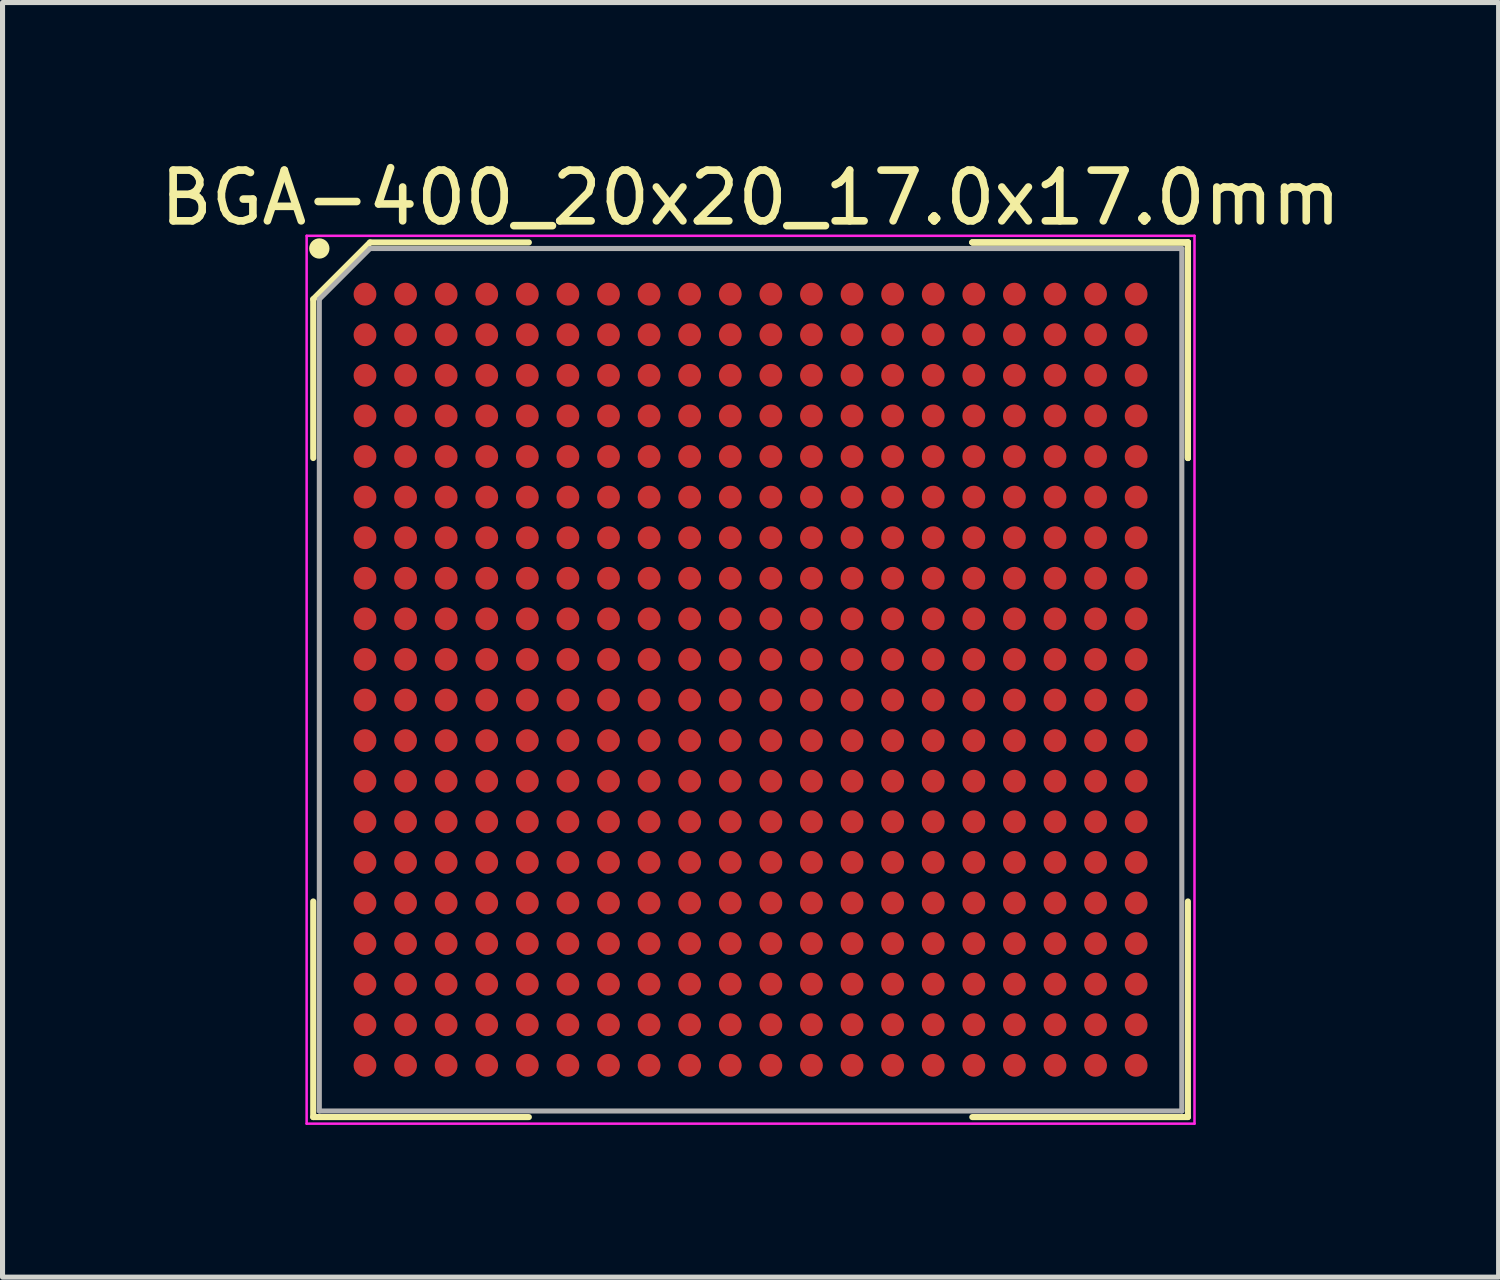
<source format=kicad_pcb>
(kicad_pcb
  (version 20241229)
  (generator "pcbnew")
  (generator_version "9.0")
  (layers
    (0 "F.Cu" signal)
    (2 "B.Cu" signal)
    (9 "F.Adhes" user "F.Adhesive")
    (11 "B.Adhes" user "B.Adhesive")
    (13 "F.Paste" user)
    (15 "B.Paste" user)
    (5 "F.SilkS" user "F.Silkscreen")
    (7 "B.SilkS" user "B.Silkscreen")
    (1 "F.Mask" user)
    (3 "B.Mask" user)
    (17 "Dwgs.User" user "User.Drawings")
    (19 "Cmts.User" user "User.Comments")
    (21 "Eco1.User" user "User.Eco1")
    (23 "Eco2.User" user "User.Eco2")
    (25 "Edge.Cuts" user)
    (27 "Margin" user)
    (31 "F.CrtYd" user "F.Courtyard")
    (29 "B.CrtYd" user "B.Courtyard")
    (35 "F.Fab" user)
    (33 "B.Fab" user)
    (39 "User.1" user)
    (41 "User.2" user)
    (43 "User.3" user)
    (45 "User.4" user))
  (footprint "BGA-400_20x20_17.0x17.0mm"
    (layer "F.Cu")
    (at 11.744 10.348)
    (property "Reference" "BGA-400_20x20_17.0x17.0mm" (at 0 -9.5 0) (layer "F.SilkS") (effects (font (size 1 1) (thickness 0.15))))
    (attr smd)
    (fp_line (start -8.62 -7.5) (end -8.62 -4.37) (stroke (width 0.12) (type solid)) (layer "F.SilkS"))
    (fp_line (start -8.62 8.62) (end -8.62 4.37) (stroke (width 0.12) (type solid)) (layer "F.SilkS"))
    (fp_line (start -7.5 -8.62) (end -8.62 -7.5) (stroke (width 0.12) (type solid)) (layer "F.SilkS"))
    (fp_line (start -4.37 -8.62) (end -7.5 -8.62) (stroke (width 0.12) (type solid)) (layer "F.SilkS"))
    (fp_line (start -4.37 8.62) (end -8.62 8.62) (stroke (width 0.12) (type solid)) (layer "F.SilkS"))
    (fp_line (start 4.37 -8.62) (end 8.62 -8.62) (stroke (width 0.12) (type solid)) (layer "F.SilkS"))
    (fp_line (start 4.37 -8.62) (end 8.62 -8.62) (stroke (width 0.12) (type solid)) (layer "F.SilkS"))
    (fp_line (start 4.37 -8.62) (end 8.62 -8.62) (stroke (width 0.12) (type solid)) (layer "F.SilkS"))
    (fp_line (start 4.37 8.62) (end 8.62 8.62) (stroke (width 0.12) (type solid)) (layer "F.SilkS"))
    (fp_line (start 8.62 -8.62) (end 8.62 -4.37) (stroke (width 0.12) (type solid)) (layer "F.SilkS"))
    (fp_line (start 8.62 -8.62) (end 8.62 -4.37) (stroke (width 0.12) (type solid)) (layer "F.SilkS"))
    (fp_line (start 8.62 -8.62) (end 8.62 -4.37) (stroke (width 0.12) (type solid)) (layer "F.SilkS"))
    (fp_line (start 8.62 8.62) (end 8.62 4.37) (stroke (width 0.12) (type solid)) (layer "F.SilkS"))
    (fp_circle (center -8.5 -8.5) (end -8.5 -8.4) (stroke (width 0.2) (type solid)) (fill no) (layer "F.SilkS"))
    (fp_line (start -8.75 -8.75) (end 8.75 -8.75) (stroke (width 0.05) (type solid)) (layer "F.CrtYd"))
    (fp_line (start -8.75 8.75) (end -8.75 -8.75) (stroke (width 0.05) (type solid)) (layer "F.CrtYd"))
    (fp_line (start 8.75 -8.75) (end 8.75 8.75) (stroke (width 0.05) (type solid)) (layer "F.CrtYd"))
    (fp_line (start 8.75 8.75) (end -8.75 8.75) (stroke (width 0.05) (type solid)) (layer "F.CrtYd"))
    (fp_line (start -8.5 -7.5) (end -8.5 8.5) (stroke (width 0.1) (type solid)) (layer "F.Fab"))
    (fp_line (start -8.5 8.5) (end 8.5 8.5) (stroke (width 0.1) (type solid)) (layer "F.Fab"))
    (fp_line (start -7.5 -8.5) (end -8.5 -7.5) (stroke (width 0.1) (type solid)) (layer "F.Fab"))
    (fp_line (start 8.5 -8.5) (end -7.5 -8.5) (stroke (width 0.1) (type solid)) (layer "F.Fab"))
    (fp_line (start 8.5 8.5) (end 8.5 -8.5) (stroke (width 0.1) (type solid)) (layer "F.Fab"))
    (pad "A1" smd circle (at -7.6 -7.6) (size 0.45 0.45) (layers "F.Cu" "F.Mask" "F.Paste"))
    (pad "A2" smd circle (at -6.8 -7.6) (size 0.45 0.45) (layers "F.Cu" "F.Mask" "F.Paste"))
    (pad "A3" smd circle (at -6 -7.6) (size 0.45 0.45) (layers "F.Cu" "F.Mask" "F.Paste"))
    (pad "A4" smd circle (at -5.2 -7.6) (size 0.45 0.45) (layers "F.Cu" "F.Mask" "F.Paste"))
    (pad "A5" smd circle (at -4.4 -7.6) (size 0.45 0.45) (layers "F.Cu" "F.Mask" "F.Paste"))
    (pad "A6" smd circle (at -3.6 -7.6) (size 0.45 0.45) (layers "F.Cu" "F.Mask" "F.Paste"))
    (pad "A7" smd circle (at -2.8 -7.6) (size 0.45 0.45) (layers "F.Cu" "F.Mask" "F.Paste"))
    (pad "A8" smd circle (at -2 -7.6) (size 0.45 0.45) (layers "F.Cu" "F.Mask" "F.Paste"))
    (pad "A9" smd circle (at -1.2 -7.6) (size 0.45 0.45) (layers "F.Cu" "F.Mask" "F.Paste"))
    (pad "A10" smd circle (at -0.4 -7.6) (size 0.45 0.45) (layers "F.Cu" "F.Mask" "F.Paste"))
    (pad "A11" smd circle (at 0.4 -7.6) (size 0.45 0.45) (layers "F.Cu" "F.Mask" "F.Paste"))
    (pad "A12" smd circle (at 1.2 -7.6) (size 0.45 0.45) (layers "F.Cu" "F.Mask" "F.Paste"))
    (pad "A13" smd circle (at 2 -7.6) (size 0.45 0.45) (layers "F.Cu" "F.Mask" "F.Paste"))
    (pad "A14" smd circle (at 2.8 -7.6) (size 0.45 0.45) (layers "F.Cu" "F.Mask" "F.Paste"))
    (pad "A15" smd circle (at 3.6 -7.6) (size 0.45 0.45) (layers "F.Cu" "F.Mask" "F.Paste"))
    (pad "A16" smd circle (at 4.4 -7.6) (size 0.45 0.45) (layers "F.Cu" "F.Mask" "F.Paste"))
    (pad "A17" smd circle (at 5.2 -7.6) (size 0.45 0.45) (layers "F.Cu" "F.Mask" "F.Paste"))
    (pad "A18" smd circle (at 6 -7.6) (size 0.45 0.45) (layers "F.Cu" "F.Mask" "F.Paste"))
    (pad "A19" smd circle (at 6.8 -7.6) (size 0.45 0.45) (layers "F.Cu" "F.Mask" "F.Paste"))
    (pad "A20" smd circle (at 7.6 -7.6) (size 0.45 0.45) (layers "F.Cu" "F.Mask" "F.Paste"))
    (pad "B1" smd circle (at -7.6 -6.8) (size 0.45 0.45) (layers "F.Cu" "F.Mask" "F.Paste"))
    (pad "B2" smd circle (at -6.8 -6.8) (size 0.45 0.45) (layers "F.Cu" "F.Mask" "F.Paste"))
    (pad "B3" smd circle (at -6 -6.8) (size 0.45 0.45) (layers "F.Cu" "F.Mask" "F.Paste"))
    (pad "B4" smd circle (at -5.2 -6.8) (size 0.45 0.45) (layers "F.Cu" "F.Mask" "F.Paste"))
    (pad "B5" smd circle (at -4.4 -6.8) (size 0.45 0.45) (layers "F.Cu" "F.Mask" "F.Paste"))
    (pad "B6" smd circle (at -3.6 -6.8) (size 0.45 0.45) (layers "F.Cu" "F.Mask" "F.Paste"))
    (pad "B7" smd circle (at -2.8 -6.8) (size 0.45 0.45) (layers "F.Cu" "F.Mask" "F.Paste"))
    (pad "B8" smd circle (at -2 -6.8) (size 0.45 0.45) (layers "F.Cu" "F.Mask" "F.Paste"))
    (pad "B9" smd circle (at -1.2 -6.8) (size 0.45 0.45) (layers "F.Cu" "F.Mask" "F.Paste"))
    (pad "B10" smd circle (at -0.4 -6.8) (size 0.45 0.45) (layers "F.Cu" "F.Mask" "F.Paste"))
    (pad "B11" smd circle (at 0.4 -6.8) (size 0.45 0.45) (layers "F.Cu" "F.Mask" "F.Paste"))
    (pad "B12" smd circle (at 1.2 -6.8) (size 0.45 0.45) (layers "F.Cu" "F.Mask" "F.Paste"))
    (pad "B13" smd circle (at 2 -6.8) (size 0.45 0.45) (layers "F.Cu" "F.Mask" "F.Paste"))
    (pad "B14" smd circle (at 2.8 -6.8) (size 0.45 0.45) (layers "F.Cu" "F.Mask" "F.Paste"))
    (pad "B15" smd circle (at 3.6 -6.8) (size 0.45 0.45) (layers "F.Cu" "F.Mask" "F.Paste"))
    (pad "B16" smd circle (at 4.4 -6.8) (size 0.45 0.45) (layers "F.Cu" "F.Mask" "F.Paste"))
    (pad "B17" smd circle (at 5.2 -6.8) (size 0.45 0.45) (layers "F.Cu" "F.Mask" "F.Paste"))
    (pad "B18" smd circle (at 6 -6.8) (size 0.45 0.45) (layers "F.Cu" "F.Mask" "F.Paste"))
    (pad "B19" smd circle (at 6.8 -6.8) (size 0.45 0.45) (layers "F.Cu" "F.Mask" "F.Paste"))
    (pad "B20" smd circle (at 7.6 -6.8) (size 0.45 0.45) (layers "F.Cu" "F.Mask" "F.Paste"))
    (pad "C1" smd circle (at -7.6 -6) (size 0.45 0.45) (layers "F.Cu" "F.Mask" "F.Paste"))
    (pad "C2" smd circle (at -6.8 -6) (size 0.45 0.45) (layers "F.Cu" "F.Mask" "F.Paste"))
    (pad "C3" smd circle (at -6 -6) (size 0.45 0.45) (layers "F.Cu" "F.Mask" "F.Paste"))
    (pad "C4" smd circle (at -5.2 -6) (size 0.45 0.45) (layers "F.Cu" "F.Mask" "F.Paste"))
    (pad "C5" smd circle (at -4.4 -6) (size 0.45 0.45) (layers "F.Cu" "F.Mask" "F.Paste"))
    (pad "C6" smd circle (at -3.6 -6) (size 0.45 0.45) (layers "F.Cu" "F.Mask" "F.Paste"))
    (pad "C7" smd circle (at -2.8 -6) (size 0.45 0.45) (layers "F.Cu" "F.Mask" "F.Paste"))
    (pad "C8" smd circle (at -2 -6) (size 0.45 0.45) (layers "F.Cu" "F.Mask" "F.Paste"))
    (pad "C9" smd circle (at -1.2 -6) (size 0.45 0.45) (layers "F.Cu" "F.Mask" "F.Paste"))
    (pad "C10" smd circle (at -0.4 -6) (size 0.45 0.45) (layers "F.Cu" "F.Mask" "F.Paste"))
    (pad "C11" smd circle (at 0.4 -6) (size 0.45 0.45) (layers "F.Cu" "F.Mask" "F.Paste"))
    (pad "C12" smd circle (at 1.2 -6) (size 0.45 0.45) (layers "F.Cu" "F.Mask" "F.Paste"))
    (pad "C13" smd circle (at 2 -6) (size 0.45 0.45) (layers "F.Cu" "F.Mask" "F.Paste"))
    (pad "C14" smd circle (at 2.8 -6) (size 0.45 0.45) (layers "F.Cu" "F.Mask" "F.Paste"))
    (pad "C15" smd circle (at 3.6 -6) (size 0.45 0.45) (layers "F.Cu" "F.Mask" "F.Paste"))
    (pad "C16" smd circle (at 4.4 -6) (size 0.45 0.45) (layers "F.Cu" "F.Mask" "F.Paste"))
    (pad "C17" smd circle (at 5.2 -6) (size 0.45 0.45) (layers "F.Cu" "F.Mask" "F.Paste"))
    (pad "C18" smd circle (at 6 -6) (size 0.45 0.45) (layers "F.Cu" "F.Mask" "F.Paste"))
    (pad "C19" smd circle (at 6.8 -6) (size 0.45 0.45) (layers "F.Cu" "F.Mask" "F.Paste"))
    (pad "C20" smd circle (at 7.6 -6) (size 0.45 0.45) (layers "F.Cu" "F.Mask" "F.Paste"))
    (pad "D1" smd circle (at -7.6 -5.2) (size 0.45 0.45) (layers "F.Cu" "F.Mask" "F.Paste"))
    (pad "D2" smd circle (at -6.8 -5.2) (size 0.45 0.45) (layers "F.Cu" "F.Mask" "F.Paste"))
    (pad "D3" smd circle (at -6 -5.2) (size 0.45 0.45) (layers "F.Cu" "F.Mask" "F.Paste"))
    (pad "D4" smd circle (at -5.2 -5.2) (size 0.45 0.45) (layers "F.Cu" "F.Mask" "F.Paste"))
    (pad "D5" smd circle (at -4.4 -5.2) (size 0.45 0.45) (layers "F.Cu" "F.Mask" "F.Paste"))
    (pad "D6" smd circle (at -3.6 -5.2) (size 0.45 0.45) (layers "F.Cu" "F.Mask" "F.Paste"))
    (pad "D7" smd circle (at -2.8 -5.2) (size 0.45 0.45) (layers "F.Cu" "F.Mask" "F.Paste"))
    (pad "D8" smd circle (at -2 -5.2) (size 0.45 0.45) (layers "F.Cu" "F.Mask" "F.Paste"))
    (pad "D9" smd circle (at -1.2 -5.2) (size 0.45 0.45) (layers "F.Cu" "F.Mask" "F.Paste"))
    (pad "D10" smd circle (at -0.4 -5.2) (size 0.45 0.45) (layers "F.Cu" "F.Mask" "F.Paste"))
    (pad "D11" smd circle (at 0.4 -5.2) (size 0.45 0.45) (layers "F.Cu" "F.Mask" "F.Paste"))
    (pad "D12" smd circle (at 1.2 -5.2) (size 0.45 0.45) (layers "F.Cu" "F.Mask" "F.Paste"))
    (pad "D13" smd circle (at 2 -5.2) (size 0.45 0.45) (layers "F.Cu" "F.Mask" "F.Paste"))
    (pad "D14" smd circle (at 2.8 -5.2) (size 0.45 0.45) (layers "F.Cu" "F.Mask" "F.Paste"))
    (pad "D15" smd circle (at 3.6 -5.2) (size 0.45 0.45) (layers "F.Cu" "F.Mask" "F.Paste"))
    (pad "D16" smd circle (at 4.4 -5.2) (size 0.45 0.45) (layers "F.Cu" "F.Mask" "F.Paste"))
    (pad "D17" smd circle (at 5.2 -5.2) (size 0.45 0.45) (layers "F.Cu" "F.Mask" "F.Paste"))
    (pad "D18" smd circle (at 6 -5.2) (size 0.45 0.45) (layers "F.Cu" "F.Mask" "F.Paste"))
    (pad "D19" smd circle (at 6.8 -5.2) (size 0.45 0.45) (layers "F.Cu" "F.Mask" "F.Paste"))
    (pad "D20" smd circle (at 7.6 -5.2) (size 0.45 0.45) (layers "F.Cu" "F.Mask" "F.Paste"))
    (pad "E1" smd circle (at -7.6 -4.4) (size 0.45 0.45) (layers "F.Cu" "F.Mask" "F.Paste"))
    (pad "E2" smd circle (at -6.8 -4.4) (size 0.45 0.45) (layers "F.Cu" "F.Mask" "F.Paste"))
    (pad "E3" smd circle (at -6 -4.4) (size 0.45 0.45) (layers "F.Cu" "F.Mask" "F.Paste"))
    (pad "E4" smd circle (at -5.2 -4.4) (size 0.45 0.45) (layers "F.Cu" "F.Mask" "F.Paste"))
    (pad "E5" smd circle (at -4.4 -4.4) (size 0.45 0.45) (layers "F.Cu" "F.Mask" "F.Paste"))
    (pad "E6" smd circle (at -3.6 -4.4) (size 0.45 0.45) (layers "F.Cu" "F.Mask" "F.Paste"))
    (pad "E7" smd circle (at -2.8 -4.4) (size 0.45 0.45) (layers "F.Cu" "F.Mask" "F.Paste"))
    (pad "E8" smd circle (at -2 -4.4) (size 0.45 0.45) (layers "F.Cu" "F.Mask" "F.Paste"))
    (pad "E9" smd circle (at -1.2 -4.4) (size 0.45 0.45) (layers "F.Cu" "F.Mask" "F.Paste"))
    (pad "E10" smd circle (at -0.4 -4.4) (size 0.45 0.45) (layers "F.Cu" "F.Mask" "F.Paste"))
    (pad "E11" smd circle (at 0.4 -4.4) (size 0.45 0.45) (layers "F.Cu" "F.Mask" "F.Paste"))
    (pad "E12" smd circle (at 1.2 -4.4) (size 0.45 0.45) (layers "F.Cu" "F.Mask" "F.Paste"))
    (pad "E13" smd circle (at 2 -4.4) (size 0.45 0.45) (layers "F.Cu" "F.Mask" "F.Paste"))
    (pad "E14" smd circle (at 2.8 -4.4) (size 0.45 0.45) (layers "F.Cu" "F.Mask" "F.Paste"))
    (pad "E15" smd circle (at 3.6 -4.4) (size 0.45 0.45) (layers "F.Cu" "F.Mask" "F.Paste"))
    (pad "E16" smd circle (at 4.4 -4.4) (size 0.45 0.45) (layers "F.Cu" "F.Mask" "F.Paste"))
    (pad "E17" smd circle (at 5.2 -4.4) (size 0.45 0.45) (layers "F.Cu" "F.Mask" "F.Paste"))
    (pad "E18" smd circle (at 6 -4.4) (size 0.45 0.45) (layers "F.Cu" "F.Mask" "F.Paste"))
    (pad "E19" smd circle (at 6.8 -4.4) (size 0.45 0.45) (layers "F.Cu" "F.Mask" "F.Paste"))
    (pad "E20" smd circle (at 7.6 -4.4) (size 0.45 0.45) (layers "F.Cu" "F.Mask" "F.Paste"))
    (pad "F1" smd circle (at -7.6 -3.6) (size 0.45 0.45) (layers "F.Cu" "F.Mask" "F.Paste"))
    (pad "F2" smd circle (at -6.8 -3.6) (size 0.45 0.45) (layers "F.Cu" "F.Mask" "F.Paste"))
    (pad "F3" smd circle (at -6 -3.6) (size 0.45 0.45) (layers "F.Cu" "F.Mask" "F.Paste"))
    (pad "F4" smd circle (at -5.2 -3.6) (size 0.45 0.45) (layers "F.Cu" "F.Mask" "F.Paste"))
    (pad "F5" smd circle (at -4.4 -3.6) (size 0.45 0.45) (layers "F.Cu" "F.Mask" "F.Paste"))
    (pad "F6" smd circle (at -3.6 -3.6) (size 0.45 0.45) (layers "F.Cu" "F.Mask" "F.Paste"))
    (pad "F7" smd circle (at -2.8 -3.6) (size 0.45 0.45) (layers "F.Cu" "F.Mask" "F.Paste"))
    (pad "F8" smd circle (at -2 -3.6) (size 0.45 0.45) (layers "F.Cu" "F.Mask" "F.Paste"))
    (pad "F9" smd circle (at -1.2 -3.6) (size 0.45 0.45) (layers "F.Cu" "F.Mask" "F.Paste"))
    (pad "F10" smd circle (at -0.4 -3.6) (size 0.45 0.45) (layers "F.Cu" "F.Mask" "F.Paste"))
    (pad "F11" smd circle (at 0.4 -3.6) (size 0.45 0.45) (layers "F.Cu" "F.Mask" "F.Paste"))
    (pad "F12" smd circle (at 1.2 -3.6) (size 0.45 0.45) (layers "F.Cu" "F.Mask" "F.Paste"))
    (pad "F13" smd circle (at 2 -3.6) (size 0.45 0.45) (layers "F.Cu" "F.Mask" "F.Paste"))
    (pad "F14" smd circle (at 2.8 -3.6) (size 0.45 0.45) (layers "F.Cu" "F.Mask" "F.Paste"))
    (pad "F15" smd circle (at 3.6 -3.6) (size 0.45 0.45) (layers "F.Cu" "F.Mask" "F.Paste"))
    (pad "F16" smd circle (at 4.4 -3.6) (size 0.45 0.45) (layers "F.Cu" "F.Mask" "F.Paste"))
    (pad "F17" smd circle (at 5.2 -3.6) (size 0.45 0.45) (layers "F.Cu" "F.Mask" "F.Paste"))
    (pad "F18" smd circle (at 6 -3.6) (size 0.45 0.45) (layers "F.Cu" "F.Mask" "F.Paste"))
    (pad "F19" smd circle (at 6.8 -3.6) (size 0.45 0.45) (layers "F.Cu" "F.Mask" "F.Paste"))
    (pad "F20" smd circle (at 7.6 -3.6) (size 0.45 0.45) (layers "F.Cu" "F.Mask" "F.Paste"))
    (pad "G1" smd circle (at -7.6 -2.8) (size 0.45 0.45) (layers "F.Cu" "F.Mask" "F.Paste"))
    (pad "G2" smd circle (at -6.8 -2.8) (size 0.45 0.45) (layers "F.Cu" "F.Mask" "F.Paste"))
    (pad "G3" smd circle (at -6 -2.8) (size 0.45 0.45) (layers "F.Cu" "F.Mask" "F.Paste"))
    (pad "G4" smd circle (at -5.2 -2.8) (size 0.45 0.45) (layers "F.Cu" "F.Mask" "F.Paste"))
    (pad "G5" smd circle (at -4.4 -2.8) (size 0.45 0.45) (layers "F.Cu" "F.Mask" "F.Paste"))
    (pad "G6" smd circle (at -3.6 -2.8) (size 0.45 0.45) (layers "F.Cu" "F.Mask" "F.Paste"))
    (pad "G7" smd circle (at -2.8 -2.8) (size 0.45 0.45) (layers "F.Cu" "F.Mask" "F.Paste"))
    (pad "G8" smd circle (at -2 -2.8) (size 0.45 0.45) (layers "F.Cu" "F.Mask" "F.Paste"))
    (pad "G9" smd circle (at -1.2 -2.8) (size 0.45 0.45) (layers "F.Cu" "F.Mask" "F.Paste"))
    (pad "G10" smd circle (at -0.4 -2.8) (size 0.45 0.45) (layers "F.Cu" "F.Mask" "F.Paste"))
    (pad "G11" smd circle (at 0.4 -2.8) (size 0.45 0.45) (layers "F.Cu" "F.Mask" "F.Paste"))
    (pad "G12" smd circle (at 1.2 -2.8) (size 0.45 0.45) (layers "F.Cu" "F.Mask" "F.Paste"))
    (pad "G13" smd circle (at 2 -2.8) (size 0.45 0.45) (layers "F.Cu" "F.Mask" "F.Paste"))
    (pad "G14" smd circle (at 2.8 -2.8) (size 0.45 0.45) (layers "F.Cu" "F.Mask" "F.Paste"))
    (pad "G15" smd circle (at 3.6 -2.8) (size 0.45 0.45) (layers "F.Cu" "F.Mask" "F.Paste"))
    (pad "G16" smd circle (at 4.4 -2.8) (size 0.45 0.45) (layers "F.Cu" "F.Mask" "F.Paste"))
    (pad "G17" smd circle (at 5.2 -2.8) (size 0.45 0.45) (layers "F.Cu" "F.Mask" "F.Paste"))
    (pad "G18" smd circle (at 6 -2.8) (size 0.45 0.45) (layers "F.Cu" "F.Mask" "F.Paste"))
    (pad "G19" smd circle (at 6.8 -2.8) (size 0.45 0.45) (layers "F.Cu" "F.Mask" "F.Paste"))
    (pad "G20" smd circle (at 7.6 -2.8) (size 0.45 0.45) (layers "F.Cu" "F.Mask" "F.Paste"))
    (pad "H1" smd circle (at -7.6 -2) (size 0.45 0.45) (layers "F.Cu" "F.Mask" "F.Paste"))
    (pad "H2" smd circle (at -6.8 -2) (size 0.45 0.45) (layers "F.Cu" "F.Mask" "F.Paste"))
    (pad "H3" smd circle (at -6 -2) (size 0.45 0.45) (layers "F.Cu" "F.Mask" "F.Paste"))
    (pad "H4" smd circle (at -5.2 -2) (size 0.45 0.45) (layers "F.Cu" "F.Mask" "F.Paste"))
    (pad "H5" smd circle (at -4.4 -2) (size 0.45 0.45) (layers "F.Cu" "F.Mask" "F.Paste"))
    (pad "H6" smd circle (at -3.6 -2) (size 0.45 0.45) (layers "F.Cu" "F.Mask" "F.Paste"))
    (pad "H7" smd circle (at -2.8 -2) (size 0.45 0.45) (layers "F.Cu" "F.Mask" "F.Paste"))
    (pad "H8" smd circle (at -2 -2) (size 0.45 0.45) (layers "F.Cu" "F.Mask" "F.Paste"))
    (pad "H9" smd circle (at -1.2 -2) (size 0.45 0.45) (layers "F.Cu" "F.Mask" "F.Paste"))
    (pad "H10" smd circle (at -0.4 -2) (size 0.45 0.45) (layers "F.Cu" "F.Mask" "F.Paste"))
    (pad "H11" smd circle (at 0.4 -2) (size 0.45 0.45) (layers "F.Cu" "F.Mask" "F.Paste"))
    (pad "H12" smd circle (at 1.2 -2) (size 0.45 0.45) (layers "F.Cu" "F.Mask" "F.Paste"))
    (pad "H13" smd circle (at 2 -2) (size 0.45 0.45) (layers "F.Cu" "F.Mask" "F.Paste"))
    (pad "H14" smd circle (at 2.8 -2) (size 0.45 0.45) (layers "F.Cu" "F.Mask" "F.Paste"))
    (pad "H15" smd circle (at 3.6 -2) (size 0.45 0.45) (layers "F.Cu" "F.Mask" "F.Paste"))
    (pad "H16" smd circle (at 4.4 -2) (size 0.45 0.45) (layers "F.Cu" "F.Mask" "F.Paste"))
    (pad "H17" smd circle (at 5.2 -2) (size 0.45 0.45) (layers "F.Cu" "F.Mask" "F.Paste"))
    (pad "H18" smd circle (at 6 -2) (size 0.45 0.45) (layers "F.Cu" "F.Mask" "F.Paste"))
    (pad "H19" smd circle (at 6.8 -2) (size 0.45 0.45) (layers "F.Cu" "F.Mask" "F.Paste"))
    (pad "H20" smd circle (at 7.6 -2) (size 0.45 0.45) (layers "F.Cu" "F.Mask" "F.Paste"))
    (pad "J1" smd circle (at -7.6 -1.2) (size 0.45 0.45) (layers "F.Cu" "F.Mask" "F.Paste"))
    (pad "J2" smd circle (at -6.8 -1.2) (size 0.45 0.45) (layers "F.Cu" "F.Mask" "F.Paste"))
    (pad "J3" smd circle (at -6 -1.2) (size 0.45 0.45) (layers "F.Cu" "F.Mask" "F.Paste"))
    (pad "J4" smd circle (at -5.2 -1.2) (size 0.45 0.45) (layers "F.Cu" "F.Mask" "F.Paste"))
    (pad "J5" smd circle (at -4.4 -1.2) (size 0.45 0.45) (layers "F.Cu" "F.Mask" "F.Paste"))
    (pad "J6" smd circle (at -3.6 -1.2) (size 0.45 0.45) (layers "F.Cu" "F.Mask" "F.Paste"))
    (pad "J7" smd circle (at -2.8 -1.2) (size 0.45 0.45) (layers "F.Cu" "F.Mask" "F.Paste"))
    (pad "J8" smd circle (at -2 -1.2) (size 0.45 0.45) (layers "F.Cu" "F.Mask" "F.Paste"))
    (pad "J9" smd circle (at -1.2 -1.2) (size 0.45 0.45) (layers "F.Cu" "F.Mask" "F.Paste"))
    (pad "J10" smd circle (at -0.4 -1.2) (size 0.45 0.45) (layers "F.Cu" "F.Mask" "F.Paste"))
    (pad "J11" smd circle (at 0.4 -1.2) (size 0.45 0.45) (layers "F.Cu" "F.Mask" "F.Paste"))
    (pad "J12" smd circle (at 1.2 -1.2) (size 0.45 0.45) (layers "F.Cu" "F.Mask" "F.Paste"))
    (pad "J13" smd circle (at 2 -1.2) (size 0.45 0.45) (layers "F.Cu" "F.Mask" "F.Paste"))
    (pad "J14" smd circle (at 2.8 -1.2) (size 0.45 0.45) (layers "F.Cu" "F.Mask" "F.Paste"))
    (pad "J15" smd circle (at 3.6 -1.2) (size 0.45 0.45) (layers "F.Cu" "F.Mask" "F.Paste"))
    (pad "J16" smd circle (at 4.4 -1.2) (size 0.45 0.45) (layers "F.Cu" "F.Mask" "F.Paste"))
    (pad "J17" smd circle (at 5.2 -1.2) (size 0.45 0.45) (layers "F.Cu" "F.Mask" "F.Paste"))
    (pad "J18" smd circle (at 6 -1.2) (size 0.45 0.45) (layers "F.Cu" "F.Mask" "F.Paste"))
    (pad "J19" smd circle (at 6.8 -1.2) (size 0.45 0.45) (layers "F.Cu" "F.Mask" "F.Paste"))
    (pad "J20" smd circle (at 7.6 -1.2) (size 0.45 0.45) (layers "F.Cu" "F.Mask" "F.Paste"))
    (pad "K1" smd circle (at -7.6 -0.4) (size 0.45 0.45) (layers "F.Cu" "F.Mask" "F.Paste"))
    (pad "K2" smd circle (at -6.8 -0.4) (size 0.45 0.45) (layers "F.Cu" "F.Mask" "F.Paste"))
    (pad "K3" smd circle (at -6 -0.4) (size 0.45 0.45) (layers "F.Cu" "F.Mask" "F.Paste"))
    (pad "K4" smd circle (at -5.2 -0.4) (size 0.45 0.45) (layers "F.Cu" "F.Mask" "F.Paste"))
    (pad "K5" smd circle (at -4.4 -0.4) (size 0.45 0.45) (layers "F.Cu" "F.Mask" "F.Paste"))
    (pad "K6" smd circle (at -3.6 -0.4) (size 0.45 0.45) (layers "F.Cu" "F.Mask" "F.Paste"))
    (pad "K7" smd circle (at -2.8 -0.4) (size 0.45 0.45) (layers "F.Cu" "F.Mask" "F.Paste"))
    (pad "K8" smd circle (at -2 -0.4) (size 0.45 0.45) (layers "F.Cu" "F.Mask" "F.Paste"))
    (pad "K9" smd circle (at -1.2 -0.4) (size 0.45 0.45) (layers "F.Cu" "F.Mask" "F.Paste"))
    (pad "K10" smd circle (at -0.4 -0.4) (size 0.45 0.45) (layers "F.Cu" "F.Mask" "F.Paste"))
    (pad "K11" smd circle (at 0.4 -0.4) (size 0.45 0.45) (layers "F.Cu" "F.Mask" "F.Paste"))
    (pad "K12" smd circle (at 1.2 -0.4) (size 0.45 0.45) (layers "F.Cu" "F.Mask" "F.Paste"))
    (pad "K13" smd circle (at 2 -0.4) (size 0.45 0.45) (layers "F.Cu" "F.Mask" "F.Paste"))
    (pad "K14" smd circle (at 2.8 -0.4) (size 0.45 0.45) (layers "F.Cu" "F.Mask" "F.Paste"))
    (pad "K15" smd circle (at 3.6 -0.4) (size 0.45 0.45) (layers "F.Cu" "F.Mask" "F.Paste"))
    (pad "K16" smd circle (at 4.4 -0.4) (size 0.45 0.45) (layers "F.Cu" "F.Mask" "F.Paste"))
    (pad "K17" smd circle (at 5.2 -0.4) (size 0.45 0.45) (layers "F.Cu" "F.Mask" "F.Paste"))
    (pad "K18" smd circle (at 6 -0.4) (size 0.45 0.45) (layers "F.Cu" "F.Mask" "F.Paste"))
    (pad "K19" smd circle (at 6.8 -0.4) (size 0.45 0.45) (layers "F.Cu" "F.Mask" "F.Paste"))
    (pad "K20" smd circle (at 7.6 -0.4) (size 0.45 0.45) (layers "F.Cu" "F.Mask" "F.Paste"))
    (pad "L1" smd circle (at -7.6 0.4) (size 0.45 0.45) (layers "F.Cu" "F.Mask" "F.Paste"))
    (pad "L2" smd circle (at -6.8 0.4) (size 0.45 0.45) (layers "F.Cu" "F.Mask" "F.Paste"))
    (pad "L3" smd circle (at -6 0.4) (size 0.45 0.45) (layers "F.Cu" "F.Mask" "F.Paste"))
    (pad "L4" smd circle (at -5.2 0.4) (size 0.45 0.45) (layers "F.Cu" "F.Mask" "F.Paste"))
    (pad "L5" smd circle (at -4.4 0.4) (size 0.45 0.45) (layers "F.Cu" "F.Mask" "F.Paste"))
    (pad "L6" smd circle (at -3.6 0.4) (size 0.45 0.45) (layers "F.Cu" "F.Mask" "F.Paste"))
    (pad "L7" smd circle (at -2.8 0.4) (size 0.45 0.45) (layers "F.Cu" "F.Mask" "F.Paste"))
    (pad "L8" smd circle (at -2 0.4) (size 0.45 0.45) (layers "F.Cu" "F.Mask" "F.Paste"))
    (pad "L9" smd circle (at -1.2 0.4) (size 0.45 0.45) (layers "F.Cu" "F.Mask" "F.Paste"))
    (pad "L10" smd circle (at -0.4 0.4) (size 0.45 0.45) (layers "F.Cu" "F.Mask" "F.Paste"))
    (pad "L11" smd circle (at 0.4 0.4) (size 0.45 0.45) (layers "F.Cu" "F.Mask" "F.Paste"))
    (pad "L12" smd circle (at 1.2 0.4) (size 0.45 0.45) (layers "F.Cu" "F.Mask" "F.Paste"))
    (pad "L13" smd circle (at 2 0.4) (size 0.45 0.45) (layers "F.Cu" "F.Mask" "F.Paste"))
    (pad "L14" smd circle (at 2.8 0.4) (size 0.45 0.45) (layers "F.Cu" "F.Mask" "F.Paste"))
    (pad "L15" smd circle (at 3.6 0.4) (size 0.45 0.45) (layers "F.Cu" "F.Mask" "F.Paste"))
    (pad "L16" smd circle (at 4.4 0.4) (size 0.45 0.45) (layers "F.Cu" "F.Mask" "F.Paste"))
    (pad "L17" smd circle (at 5.2 0.4) (size 0.45 0.45) (layers "F.Cu" "F.Mask" "F.Paste"))
    (pad "L18" smd circle (at 6 0.4) (size 0.45 0.45) (layers "F.Cu" "F.Mask" "F.Paste"))
    (pad "L19" smd circle (at 6.8 0.4) (size 0.45 0.45) (layers "F.Cu" "F.Mask" "F.Paste"))
    (pad "L20" smd circle (at 7.6 0.4) (size 0.45 0.45) (layers "F.Cu" "F.Mask" "F.Paste"))
    (pad "M1" smd circle (at -7.6 1.2) (size 0.45 0.45) (layers "F.Cu" "F.Mask" "F.Paste"))
    (pad "M2" smd circle (at -6.8 1.2) (size 0.45 0.45) (layers "F.Cu" "F.Mask" "F.Paste"))
    (pad "M3" smd circle (at -6 1.2) (size 0.45 0.45) (layers "F.Cu" "F.Mask" "F.Paste"))
    (pad "M4" smd circle (at -5.2 1.2) (size 0.45 0.45) (layers "F.Cu" "F.Mask" "F.Paste"))
    (pad "M5" smd circle (at -4.4 1.2) (size 0.45 0.45) (layers "F.Cu" "F.Mask" "F.Paste"))
    (pad "M6" smd circle (at -3.6 1.2) (size 0.45 0.45) (layers "F.Cu" "F.Mask" "F.Paste"))
    (pad "M7" smd circle (at -2.8 1.2) (size 0.45 0.45) (layers "F.Cu" "F.Mask" "F.Paste"))
    (pad "M8" smd circle (at -2 1.2) (size 0.45 0.45) (layers "F.Cu" "F.Mask" "F.Paste"))
    (pad "M9" smd circle (at -1.2 1.2) (size 0.45 0.45) (layers "F.Cu" "F.Mask" "F.Paste"))
    (pad "M10" smd circle (at -0.4 1.2) (size 0.45 0.45) (layers "F.Cu" "F.Mask" "F.Paste"))
    (pad "M11" smd circle (at 0.4 1.2) (size 0.45 0.45) (layers "F.Cu" "F.Mask" "F.Paste"))
    (pad "M12" smd circle (at 1.2 1.2) (size 0.45 0.45) (layers "F.Cu" "F.Mask" "F.Paste"))
    (pad "M13" smd circle (at 2 1.2) (size 0.45 0.45) (layers "F.Cu" "F.Mask" "F.Paste"))
    (pad "M14" smd circle (at 2.8 1.2) (size 0.45 0.45) (layers "F.Cu" "F.Mask" "F.Paste"))
    (pad "M15" smd circle (at 3.6 1.2) (size 0.45 0.45) (layers "F.Cu" "F.Mask" "F.Paste"))
    (pad "M16" smd circle (at 4.4 1.2) (size 0.45 0.45) (layers "F.Cu" "F.Mask" "F.Paste"))
    (pad "M17" smd circle (at 5.2 1.2) (size 0.45 0.45) (layers "F.Cu" "F.Mask" "F.Paste"))
    (pad "M18" smd circle (at 6 1.2) (size 0.45 0.45) (layers "F.Cu" "F.Mask" "F.Paste"))
    (pad "M19" smd circle (at 6.8 1.2) (size 0.45 0.45) (layers "F.Cu" "F.Mask" "F.Paste"))
    (pad "M20" smd circle (at 7.6 1.2) (size 0.45 0.45) (layers "F.Cu" "F.Mask" "F.Paste"))
    (pad "N1" smd circle (at -7.6 2) (size 0.45 0.45) (layers "F.Cu" "F.Mask" "F.Paste"))
    (pad "N2" smd circle (at -6.8 2) (size 0.45 0.45) (layers "F.Cu" "F.Mask" "F.Paste"))
    (pad "N3" smd circle (at -6 2) (size 0.45 0.45) (layers "F.Cu" "F.Mask" "F.Paste"))
    (pad "N4" smd circle (at -5.2 2) (size 0.45 0.45) (layers "F.Cu" "F.Mask" "F.Paste"))
    (pad "N5" smd circle (at -4.4 2) (size 0.45 0.45) (layers "F.Cu" "F.Mask" "F.Paste"))
    (pad "N6" smd circle (at -3.6 2) (size 0.45 0.45) (layers "F.Cu" "F.Mask" "F.Paste"))
    (pad "N7" smd circle (at -2.8 2) (size 0.45 0.45) (layers "F.Cu" "F.Mask" "F.Paste"))
    (pad "N8" smd circle (at -2 2) (size 0.45 0.45) (layers "F.Cu" "F.Mask" "F.Paste"))
    (pad "N9" smd circle (at -1.2 2) (size 0.45 0.45) (layers "F.Cu" "F.Mask" "F.Paste"))
    (pad "N10" smd circle (at -0.4 2) (size 0.45 0.45) (layers "F.Cu" "F.Mask" "F.Paste"))
    (pad "N11" smd circle (at 0.4 2) (size 0.45 0.45) (layers "F.Cu" "F.Mask" "F.Paste"))
    (pad "N12" smd circle (at 1.2 2) (size 0.45 0.45) (layers "F.Cu" "F.Mask" "F.Paste"))
    (pad "N13" smd circle (at 2 2) (size 0.45 0.45) (layers "F.Cu" "F.Mask" "F.Paste"))
    (pad "N14" smd circle (at 2.8 2) (size 0.45 0.45) (layers "F.Cu" "F.Mask" "F.Paste"))
    (pad "N15" smd circle (at 3.6 2) (size 0.45 0.45) (layers "F.Cu" "F.Mask" "F.Paste"))
    (pad "N16" smd circle (at 4.4 2) (size 0.45 0.45) (layers "F.Cu" "F.Mask" "F.Paste"))
    (pad "N17" smd circle (at 5.2 2) (size 0.45 0.45) (layers "F.Cu" "F.Mask" "F.Paste"))
    (pad "N18" smd circle (at 6 2) (size 0.45 0.45) (layers "F.Cu" "F.Mask" "F.Paste"))
    (pad "N19" smd circle (at 6.8 2) (size 0.45 0.45) (layers "F.Cu" "F.Mask" "F.Paste"))
    (pad "N20" smd circle (at 7.6 2) (size 0.45 0.45) (layers "F.Cu" "F.Mask" "F.Paste"))
    (pad "P1" smd circle (at -7.6 2.8) (size 0.45 0.45) (layers "F.Cu" "F.Mask" "F.Paste"))
    (pad "P2" smd circle (at -6.8 2.8) (size 0.45 0.45) (layers "F.Cu" "F.Mask" "F.Paste"))
    (pad "P3" smd circle (at -6 2.8) (size 0.45 0.45) (layers "F.Cu" "F.Mask" "F.Paste"))
    (pad "P4" smd circle (at -5.2 2.8) (size 0.45 0.45) (layers "F.Cu" "F.Mask" "F.Paste"))
    (pad "P5" smd circle (at -4.4 2.8) (size 0.45 0.45) (layers "F.Cu" "F.Mask" "F.Paste"))
    (pad "P6" smd circle (at -3.6 2.8) (size 0.45 0.45) (layers "F.Cu" "F.Mask" "F.Paste"))
    (pad "P7" smd circle (at -2.8 2.8) (size 0.45 0.45) (layers "F.Cu" "F.Mask" "F.Paste"))
    (pad "P8" smd circle (at -2 2.8) (size 0.45 0.45) (layers "F.Cu" "F.Mask" "F.Paste"))
    (pad "P9" smd circle (at -1.2 2.8) (size 0.45 0.45) (layers "F.Cu" "F.Mask" "F.Paste"))
    (pad "P10" smd circle (at -0.4 2.8) (size 0.45 0.45) (layers "F.Cu" "F.Mask" "F.Paste"))
    (pad "P11" smd circle (at 0.4 2.8) (size 0.45 0.45) (layers "F.Cu" "F.Mask" "F.Paste"))
    (pad "P12" smd circle (at 1.2 2.8) (size 0.45 0.45) (layers "F.Cu" "F.Mask" "F.Paste"))
    (pad "P13" smd circle (at 2 2.8) (size 0.45 0.45) (layers "F.Cu" "F.Mask" "F.Paste"))
    (pad "P14" smd circle (at 2.8 2.8) (size 0.45 0.45) (layers "F.Cu" "F.Mask" "F.Paste"))
    (pad "P15" smd circle (at 3.6 2.8) (size 0.45 0.45) (layers "F.Cu" "F.Mask" "F.Paste"))
    (pad "P16" smd circle (at 4.4 2.8) (size 0.45 0.45) (layers "F.Cu" "F.Mask" "F.Paste"))
    (pad "P17" smd circle (at 5.2 2.8) (size 0.45 0.45) (layers "F.Cu" "F.Mask" "F.Paste"))
    (pad "P18" smd circle (at 6 2.8) (size 0.45 0.45) (layers "F.Cu" "F.Mask" "F.Paste"))
    (pad "P19" smd circle (at 6.8 2.8) (size 0.45 0.45) (layers "F.Cu" "F.Mask" "F.Paste"))
    (pad "P20" smd circle (at 7.6 2.8) (size 0.45 0.45) (layers "F.Cu" "F.Mask" "F.Paste"))
    (pad "R1" smd circle (at -7.6 3.6) (size 0.45 0.45) (layers "F.Cu" "F.Mask" "F.Paste"))
    (pad "R2" smd circle (at -6.8 3.6) (size 0.45 0.45) (layers "F.Cu" "F.Mask" "F.Paste"))
    (pad "R3" smd circle (at -6 3.6) (size 0.45 0.45) (layers "F.Cu" "F.Mask" "F.Paste"))
    (pad "R4" smd circle (at -5.2 3.6) (size 0.45 0.45) (layers "F.Cu" "F.Mask" "F.Paste"))
    (pad "R5" smd circle (at -4.4 3.6) (size 0.45 0.45) (layers "F.Cu" "F.Mask" "F.Paste"))
    (pad "R6" smd circle (at -3.6 3.6) (size 0.45 0.45) (layers "F.Cu" "F.Mask" "F.Paste"))
    (pad "R7" smd circle (at -2.8 3.6) (size 0.45 0.45) (layers "F.Cu" "F.Mask" "F.Paste"))
    (pad "R8" smd circle (at -2 3.6) (size 0.45 0.45) (layers "F.Cu" "F.Mask" "F.Paste"))
    (pad "R9" smd circle (at -1.2 3.6) (size 0.45 0.45) (layers "F.Cu" "F.Mask" "F.Paste"))
    (pad "R10" smd circle (at -0.4 3.6) (size 0.45 0.45) (layers "F.Cu" "F.Mask" "F.Paste"))
    (pad "R11" smd circle (at 0.4 3.6) (size 0.45 0.45) (layers "F.Cu" "F.Mask" "F.Paste"))
    (pad "R12" smd circle (at 1.2 3.6) (size 0.45 0.45) (layers "F.Cu" "F.Mask" "F.Paste"))
    (pad "R13" smd circle (at 2 3.6) (size 0.45 0.45) (layers "F.Cu" "F.Mask" "F.Paste"))
    (pad "R14" smd circle (at 2.8 3.6) (size 0.45 0.45) (layers "F.Cu" "F.Mask" "F.Paste"))
    (pad "R15" smd circle (at 3.6 3.6) (size 0.45 0.45) (layers "F.Cu" "F.Mask" "F.Paste"))
    (pad "R16" smd circle (at 4.4 3.6) (size 0.45 0.45) (layers "F.Cu" "F.Mask" "F.Paste"))
    (pad "R17" smd circle (at 5.2 3.6) (size 0.45 0.45) (layers "F.Cu" "F.Mask" "F.Paste"))
    (pad "R18" smd circle (at 6 3.6) (size 0.45 0.45) (layers "F.Cu" "F.Mask" "F.Paste"))
    (pad "R19" smd circle (at 6.8 3.6) (size 0.45 0.45) (layers "F.Cu" "F.Mask" "F.Paste"))
    (pad "R20" smd circle (at 7.6 3.6) (size 0.45 0.45) (layers "F.Cu" "F.Mask" "F.Paste"))
    (pad "T1" smd circle (at -7.6 4.4) (size 0.45 0.45) (layers "F.Cu" "F.Mask" "F.Paste"))
    (pad "T2" smd circle (at -6.8 4.4) (size 0.45 0.45) (layers "F.Cu" "F.Mask" "F.Paste"))
    (pad "T3" smd circle (at -6 4.4) (size 0.45 0.45) (layers "F.Cu" "F.Mask" "F.Paste"))
    (pad "T4" smd circle (at -5.2 4.4) (size 0.45 0.45) (layers "F.Cu" "F.Mask" "F.Paste"))
    (pad "T5" smd circle (at -4.4 4.4) (size 0.45 0.45) (layers "F.Cu" "F.Mask" "F.Paste"))
    (pad "T6" smd circle (at -3.6 4.4) (size 0.45 0.45) (layers "F.Cu" "F.Mask" "F.Paste"))
    (pad "T7" smd circle (at -2.8 4.4) (size 0.45 0.45) (layers "F.Cu" "F.Mask" "F.Paste"))
    (pad "T8" smd circle (at -2 4.4) (size 0.45 0.45) (layers "F.Cu" "F.Mask" "F.Paste"))
    (pad "T9" smd circle (at -1.2 4.4) (size 0.45 0.45) (layers "F.Cu" "F.Mask" "F.Paste"))
    (pad "T10" smd circle (at -0.4 4.4) (size 0.45 0.45) (layers "F.Cu" "F.Mask" "F.Paste"))
    (pad "T11" smd circle (at 0.4 4.4) (size 0.45 0.45) (layers "F.Cu" "F.Mask" "F.Paste"))
    (pad "T12" smd circle (at 1.2 4.4) (size 0.45 0.45) (layers "F.Cu" "F.Mask" "F.Paste"))
    (pad "T13" smd circle (at 2 4.4) (size 0.45 0.45) (layers "F.Cu" "F.Mask" "F.Paste"))
    (pad "T14" smd circle (at 2.8 4.4) (size 0.45 0.45) (layers "F.Cu" "F.Mask" "F.Paste"))
    (pad "T15" smd circle (at 3.6 4.4) (size 0.45 0.45) (layers "F.Cu" "F.Mask" "F.Paste"))
    (pad "T16" smd circle (at 4.4 4.4) (size 0.45 0.45) (layers "F.Cu" "F.Mask" "F.Paste"))
    (pad "T17" smd circle (at 5.2 4.4) (size 0.45 0.45) (layers "F.Cu" "F.Mask" "F.Paste"))
    (pad "T18" smd circle (at 6 4.4) (size 0.45 0.45) (layers "F.Cu" "F.Mask" "F.Paste"))
    (pad "T19" smd circle (at 6.8 4.4) (size 0.45 0.45) (layers "F.Cu" "F.Mask" "F.Paste"))
    (pad "T20" smd circle (at 7.6 4.4) (size 0.45 0.45) (layers "F.Cu" "F.Mask" "F.Paste"))
    (pad "U1" smd circle (at -7.6 5.2) (size 0.45 0.45) (layers "F.Cu" "F.Mask" "F.Paste"))
    (pad "U2" smd circle (at -6.8 5.2) (size 0.45 0.45) (layers "F.Cu" "F.Mask" "F.Paste"))
    (pad "U3" smd circle (at -6 5.2) (size 0.45 0.45) (layers "F.Cu" "F.Mask" "F.Paste"))
    (pad "U4" smd circle (at -5.2 5.2) (size 0.45 0.45) (layers "F.Cu" "F.Mask" "F.Paste"))
    (pad "U5" smd circle (at -4.4 5.2) (size 0.45 0.45) (layers "F.Cu" "F.Mask" "F.Paste"))
    (pad "U6" smd circle (at -3.6 5.2) (size 0.45 0.45) (layers "F.Cu" "F.Mask" "F.Paste"))
    (pad "U7" smd circle (at -2.8 5.2) (size 0.45 0.45) (layers "F.Cu" "F.Mask" "F.Paste"))
    (pad "U8" smd circle (at -2 5.2) (size 0.45 0.45) (layers "F.Cu" "F.Mask" "F.Paste"))
    (pad "U9" smd circle (at -1.2 5.2) (size 0.45 0.45) (layers "F.Cu" "F.Mask" "F.Paste"))
    (pad "U10" smd circle (at -0.4 5.2) (size 0.45 0.45) (layers "F.Cu" "F.Mask" "F.Paste"))
    (pad "U11" smd circle (at 0.4 5.2) (size 0.45 0.45) (layers "F.Cu" "F.Mask" "F.Paste"))
    (pad "U12" smd circle (at 1.2 5.2) (size 0.45 0.45) (layers "F.Cu" "F.Mask" "F.Paste"))
    (pad "U13" smd circle (at 2 5.2) (size 0.45 0.45) (layers "F.Cu" "F.Mask" "F.Paste"))
    (pad "U14" smd circle (at 2.8 5.2) (size 0.45 0.45) (layers "F.Cu" "F.Mask" "F.Paste"))
    (pad "U15" smd circle (at 3.6 5.2) (size 0.45 0.45) (layers "F.Cu" "F.Mask" "F.Paste"))
    (pad "U16" smd circle (at 4.4 5.2) (size 0.45 0.45) (layers "F.Cu" "F.Mask" "F.Paste"))
    (pad "U17" smd circle (at 5.2 5.2) (size 0.45 0.45) (layers "F.Cu" "F.Mask" "F.Paste"))
    (pad "U18" smd circle (at 6 5.2) (size 0.45 0.45) (layers "F.Cu" "F.Mask" "F.Paste"))
    (pad "U19" smd circle (at 6.8 5.2) (size 0.45 0.45) (layers "F.Cu" "F.Mask" "F.Paste"))
    (pad "U20" smd circle (at 7.6 5.2) (size 0.45 0.45) (layers "F.Cu" "F.Mask" "F.Paste"))
    (pad "V1" smd circle (at -7.6 6) (size 0.45 0.45) (layers "F.Cu" "F.Mask" "F.Paste"))
    (pad "V2" smd circle (at -6.8 6) (size 0.45 0.45) (layers "F.Cu" "F.Mask" "F.Paste"))
    (pad "V3" smd circle (at -6 6) (size 0.45 0.45) (layers "F.Cu" "F.Mask" "F.Paste"))
    (pad "V4" smd circle (at -5.2 6) (size 0.45 0.45) (layers "F.Cu" "F.Mask" "F.Paste"))
    (pad "V5" smd circle (at -4.4 6) (size 0.45 0.45) (layers "F.Cu" "F.Mask" "F.Paste"))
    (pad "V6" smd circle (at -3.6 6) (size 0.45 0.45) (layers "F.Cu" "F.Mask" "F.Paste"))
    (pad "V7" smd circle (at -2.8 6) (size 0.45 0.45) (layers "F.Cu" "F.Mask" "F.Paste"))
    (pad "V8" smd circle (at -2 6) (size 0.45 0.45) (layers "F.Cu" "F.Mask" "F.Paste"))
    (pad "V9" smd circle (at -1.2 6) (size 0.45 0.45) (layers "F.Cu" "F.Mask" "F.Paste"))
    (pad "V10" smd circle (at -0.4 6) (size 0.45 0.45) (layers "F.Cu" "F.Mask" "F.Paste"))
    (pad "V11" smd circle (at 0.4 6) (size 0.45 0.45) (layers "F.Cu" "F.Mask" "F.Paste"))
    (pad "V12" smd circle (at 1.2 6) (size 0.45 0.45) (layers "F.Cu" "F.Mask" "F.Paste"))
    (pad "V13" smd circle (at 2 6) (size 0.45 0.45) (layers "F.Cu" "F.Mask" "F.Paste"))
    (pad "V14" smd circle (at 2.8 6) (size 0.45 0.45) (layers "F.Cu" "F.Mask" "F.Paste"))
    (pad "V15" smd circle (at 3.6 6) (size 0.45 0.45) (layers "F.Cu" "F.Mask" "F.Paste"))
    (pad "V16" smd circle (at 4.4 6) (size 0.45 0.45) (layers "F.Cu" "F.Mask" "F.Paste"))
    (pad "V17" smd circle (at 5.2 6) (size 0.45 0.45) (layers "F.Cu" "F.Mask" "F.Paste"))
    (pad "V18" smd circle (at 6 6) (size 0.45 0.45) (layers "F.Cu" "F.Mask" "F.Paste"))
    (pad "V19" smd circle (at 6.8 6) (size 0.45 0.45) (layers "F.Cu" "F.Mask" "F.Paste"))
    (pad "V20" smd circle (at 7.6 6) (size 0.45 0.45) (layers "F.Cu" "F.Mask" "F.Paste"))
    (pad "W1" smd circle (at -7.6 6.8) (size 0.45 0.45) (layers "F.Cu" "F.Mask" "F.Paste"))
    (pad "W2" smd circle (at -6.8 6.8) (size 0.45 0.45) (layers "F.Cu" "F.Mask" "F.Paste"))
    (pad "W3" smd circle (at -6 6.8) (size 0.45 0.45) (layers "F.Cu" "F.Mask" "F.Paste"))
    (pad "W4" smd circle (at -5.2 6.8) (size 0.45 0.45) (layers "F.Cu" "F.Mask" "F.Paste"))
    (pad "W5" smd circle (at -4.4 6.8) (size 0.45 0.45) (layers "F.Cu" "F.Mask" "F.Paste"))
    (pad "W6" smd circle (at -3.6 6.8) (size 0.45 0.45) (layers "F.Cu" "F.Mask" "F.Paste"))
    (pad "W7" smd circle (at -2.8 6.8) (size 0.45 0.45) (layers "F.Cu" "F.Mask" "F.Paste"))
    (pad "W8" smd circle (at -2 6.8) (size 0.45 0.45) (layers "F.Cu" "F.Mask" "F.Paste"))
    (pad "W9" smd circle (at -1.2 6.8) (size 0.45 0.45) (layers "F.Cu" "F.Mask" "F.Paste"))
    (pad "W10" smd circle (at -0.4 6.8) (size 0.45 0.45) (layers "F.Cu" "F.Mask" "F.Paste"))
    (pad "W11" smd circle (at 0.4 6.8) (size 0.45 0.45) (layers "F.Cu" "F.Mask" "F.Paste"))
    (pad "W12" smd circle (at 1.2 6.8) (size 0.45 0.45) (layers "F.Cu" "F.Mask" "F.Paste"))
    (pad "W13" smd circle (at 2 6.8) (size 0.45 0.45) (layers "F.Cu" "F.Mask" "F.Paste"))
    (pad "W14" smd circle (at 2.8 6.8) (size 0.45 0.45) (layers "F.Cu" "F.Mask" "F.Paste"))
    (pad "W15" smd circle (at 3.6 6.8) (size 0.45 0.45) (layers "F.Cu" "F.Mask" "F.Paste"))
    (pad "W16" smd circle (at 4.4 6.8) (size 0.45 0.45) (layers "F.Cu" "F.Mask" "F.Paste"))
    (pad "W17" smd circle (at 5.2 6.8) (size 0.45 0.45) (layers "F.Cu" "F.Mask" "F.Paste"))
    (pad "W18" smd circle (at 6 6.8) (size 0.45 0.45) (layers "F.Cu" "F.Mask" "F.Paste"))
    (pad "W19" smd circle (at 6.8 6.8) (size 0.45 0.45) (layers "F.Cu" "F.Mask" "F.Paste"))
    (pad "W20" smd circle (at 7.6 6.8) (size 0.45 0.45) (layers "F.Cu" "F.Mask" "F.Paste"))
    (pad "Y1" smd circle (at -7.6 7.6) (size 0.45 0.45) (layers "F.Cu" "F.Mask" "F.Paste"))
    (pad "Y2" smd circle (at -6.8 7.6) (size 0.45 0.45) (layers "F.Cu" "F.Mask" "F.Paste"))
    (pad "Y3" smd circle (at -6 7.6) (size 0.45 0.45) (layers "F.Cu" "F.Mask" "F.Paste"))
    (pad "Y4" smd circle (at -5.2 7.6) (size 0.45 0.45) (layers "F.Cu" "F.Mask" "F.Paste"))
    (pad "Y5" smd circle (at -4.4 7.6) (size 0.45 0.45) (layers "F.Cu" "F.Mask" "F.Paste"))
    (pad "Y6" smd circle (at -3.6 7.6) (size 0.45 0.45) (layers "F.Cu" "F.Mask" "F.Paste"))
    (pad "Y7" smd circle (at -2.8 7.6) (size 0.45 0.45) (layers "F.Cu" "F.Mask" "F.Paste"))
    (pad "Y8" smd circle (at -2 7.6) (size 0.45 0.45) (layers "F.Cu" "F.Mask" "F.Paste"))
    (pad "Y9" smd circle (at -1.2 7.6) (size 0.45 0.45) (layers "F.Cu" "F.Mask" "F.Paste"))
    (pad "Y10" smd circle (at -0.4 7.6) (size 0.45 0.45) (layers "F.Cu" "F.Mask" "F.Paste"))
    (pad "Y11" smd circle (at 0.4 7.6) (size 0.45 0.45) (layers "F.Cu" "F.Mask" "F.Paste"))
    (pad "Y12" smd circle (at 1.2 7.6) (size 0.45 0.45) (layers "F.Cu" "F.Mask" "F.Paste"))
    (pad "Y13" smd circle (at 2 7.6) (size 0.45 0.45) (layers "F.Cu" "F.Mask" "F.Paste"))
    (pad "Y14" smd circle (at 2.8 7.6) (size 0.45 0.45) (layers "F.Cu" "F.Mask" "F.Paste"))
    (pad "Y15" smd circle (at 3.6 7.6) (size 0.45 0.45) (layers "F.Cu" "F.Mask" "F.Paste"))
    (pad "Y16" smd circle (at 4.4 7.6) (size 0.45 0.45) (layers "F.Cu" "F.Mask" "F.Paste"))
    (pad "Y17" smd circle (at 5.2 7.6) (size 0.45 0.45) (layers "F.Cu" "F.Mask" "F.Paste"))
    (pad "Y18" smd circle (at 6 7.6) (size 0.45 0.45) (layers "F.Cu" "F.Mask" "F.Paste"))
    (pad "Y19" smd circle (at 6.8 7.6) (size 0.45 0.45) (layers "F.Cu" "F.Mask" "F.Paste"))
    (pad "Y20" smd circle (at 7.6 7.6) (size 0.45 0.45) (layers "F.Cu" "F.Mask" "F.Paste")))
  (gr_rect
    (start -3 -3)
    (end 26.488 22.123)
    (stroke (width 0.1) (type default))
    (fill no)
    (layer "Edge.Cuts")))
</source>
